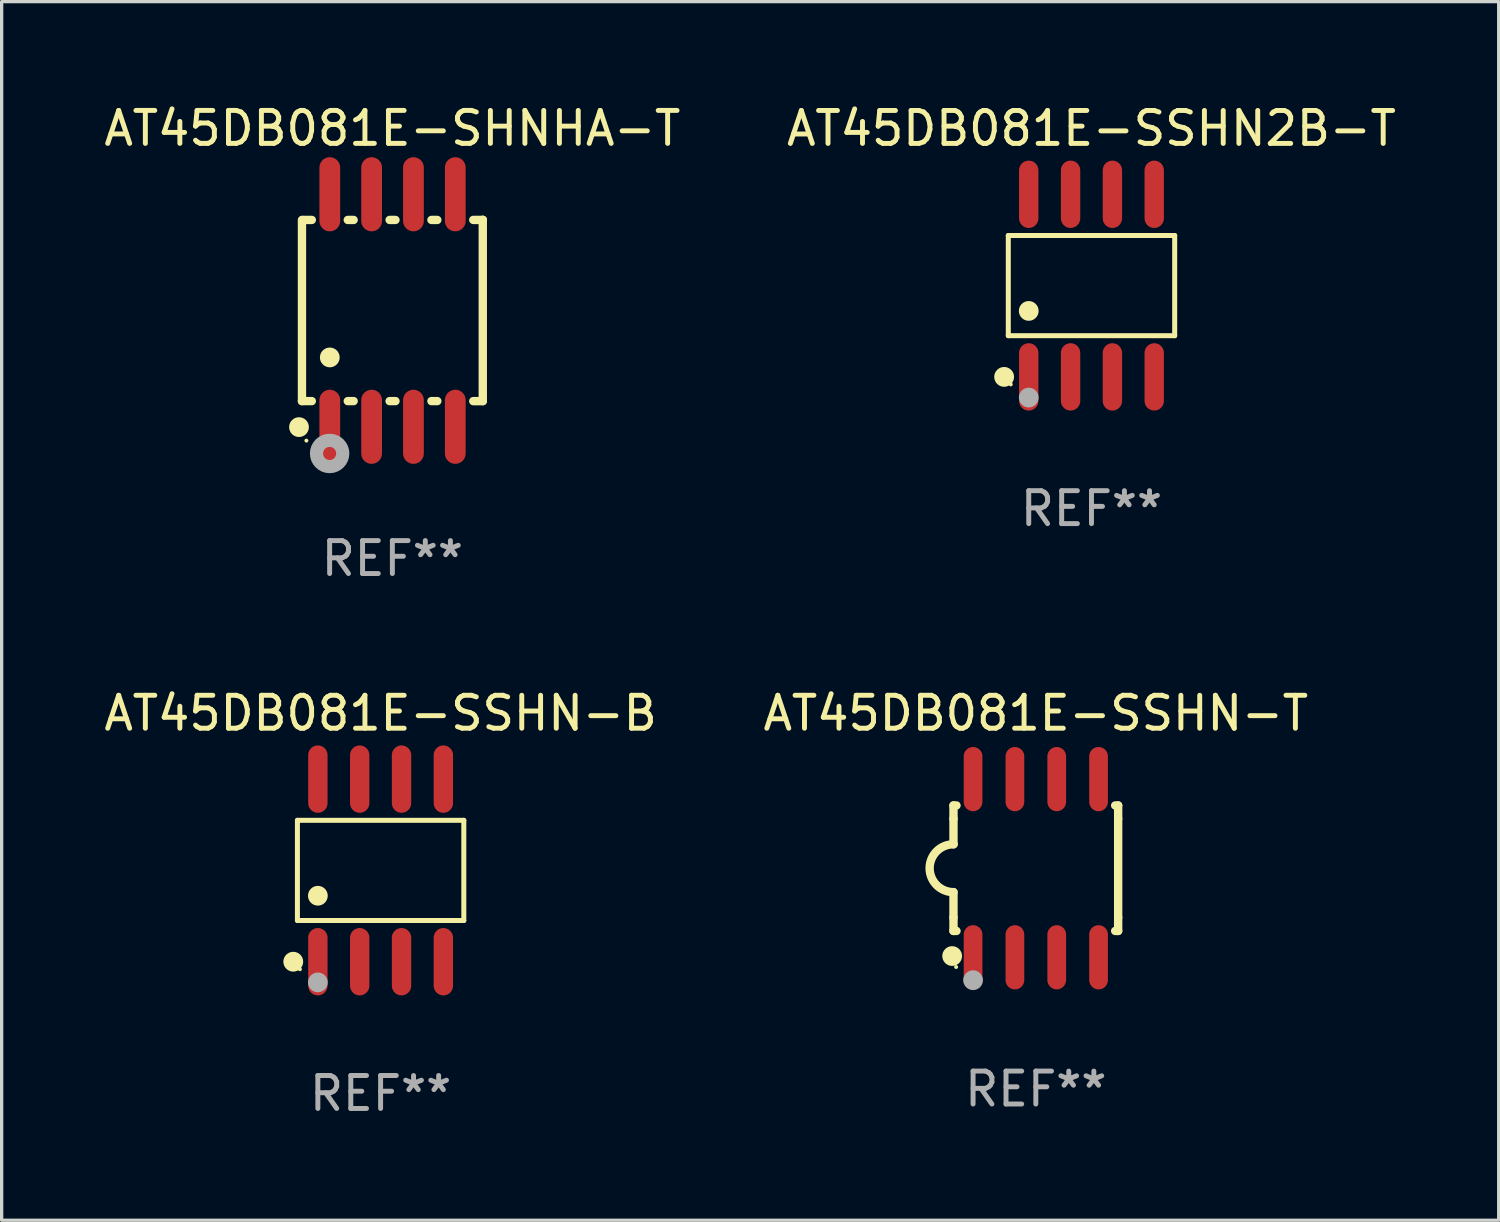
<source format=kicad_pcb>
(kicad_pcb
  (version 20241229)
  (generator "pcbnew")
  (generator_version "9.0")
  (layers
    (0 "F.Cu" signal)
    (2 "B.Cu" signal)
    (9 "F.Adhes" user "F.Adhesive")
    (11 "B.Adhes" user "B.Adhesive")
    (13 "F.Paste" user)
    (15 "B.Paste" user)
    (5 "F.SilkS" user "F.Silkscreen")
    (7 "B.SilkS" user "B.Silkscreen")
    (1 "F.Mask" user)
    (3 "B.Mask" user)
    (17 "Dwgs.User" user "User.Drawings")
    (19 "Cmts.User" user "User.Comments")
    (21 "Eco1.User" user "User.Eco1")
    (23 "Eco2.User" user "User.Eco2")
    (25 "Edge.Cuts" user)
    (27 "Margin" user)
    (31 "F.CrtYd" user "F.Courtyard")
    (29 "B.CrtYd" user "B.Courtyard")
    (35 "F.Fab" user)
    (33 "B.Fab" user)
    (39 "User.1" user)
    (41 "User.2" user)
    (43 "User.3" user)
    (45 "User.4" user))
  (footprint "AT45DB081E-SSHN2B-T"
    (layer "F.Cu")
    (at 30.089 5.621)
    (property "Reference" "AT45DB081E-SSHN2B-T" (at 0 -4.772 0) (layer "F.SilkS") (effects (font (size 1 1) (thickness 0.15))))
    (attr through_hole)
    (fp_line (start -2.526 -1.521) (end 2.526 -1.521) (stroke (width 0.152) (type solid)) (layer "F.SilkS"))
    (fp_line (start -2.526 1.521) (end -2.526 -1.521) (stroke (width 0.152) (type solid)) (layer "F.SilkS"))
    (fp_line (start 2.526 -1.521) (end 2.526 1.521) (stroke (width 0.152) (type solid)) (layer "F.SilkS"))
    (fp_line (start 2.526 1.521) (end -2.526 1.521) (stroke (width 0.152) (type solid)) (layer "F.SilkS"))
    (fp_circle (center -2.652 2.772) (end -2.501 2.772) (stroke (width 0.3) (type solid)) (fill no) (layer "F.SilkS"))
    (fp_circle (center -2.45 3) (end -2.42 3) (stroke (width 0.06) (type solid)) (fill no) (layer "F.SilkS"))
    (fp_circle (center -1.905 0.769) (end -1.755 0.769) (stroke (width 0.3) (type solid)) (fill no) (layer "F.SilkS"))
    (fp_circle (center -1.905 3.4) (end -1.755 3.4) (stroke (width 0.3) (type solid)) (fill no) (layer "F.Fab"))
    (fp_text user "REF**" (at 0 6.772 0) (layer "F.Fab") (effects (font (size 1 1) (thickness 0.15))))
    (pad "1" smd oval (at -1.905 2.772) (size 0.588 2.045) (layers "F.Cu" "F.Mask" "F.Paste"))
    (pad "2" smd oval (at -0.635 2.772) (size 0.588 2.045) (layers "F.Cu" "F.Mask" "F.Paste"))
    (pad "3" smd oval (at 0.635 2.772) (size 0.588 2.045) (layers "F.Cu" "F.Mask" "F.Paste"))
    (pad "4" smd oval (at 1.905 2.772) (size 0.588 2.045) (layers "F.Cu" "F.Mask" "F.Paste"))
    (pad "5" smd oval (at 1.905 -2.772) (size 0.588 2.045) (layers "F.Cu" "F.Mask" "F.Paste"))
    (pad "6" smd oval (at 0.635 -2.772) (size 0.588 2.045) (layers "F.Cu" "F.Mask" "F.Paste"))
    (pad "7" smd oval (at -0.635 -2.772) (size 0.588 2.045) (layers "F.Cu" "F.Mask" "F.Paste"))
    (pad "8" smd oval (at -1.905 -2.772) (size 0.588 2.045) (layers "F.Cu" "F.Mask" "F.Paste")))
  (footprint "AT45DB081E-SSHN-T"
    (layer "F.Cu")
    (at 28.399 23.31)
    (property "Reference" "AT45DB081E-SSHN-T" (at 0 -4.705 0) (layer "F.SilkS") (effects (font (size 1 1) (thickness 0.15))))
    (attr through_hole)
    (fp_line (start -2.5 -1.905) (end -2.409 -1.905) (stroke (width 0.254) (type solid)) (layer "F.SilkS"))
    (fp_line (start -2.5 -1.5) (end -2.5 -1.905) (stroke (width 0.254) (type solid)) (layer "F.SilkS"))
    (fp_line (start -2.5 -1.5) (end -2.5 -0.726) (stroke (width 0.254) (type solid)) (layer "F.SilkS"))
    (fp_line (start -2.5 1.5) (end -2.5 0.727) (stroke (width 0.254) (type solid)) (layer "F.SilkS"))
    (fp_line (start -2.5 1.5) (end -2.5 1.905) (stroke (width 0.254) (type solid)) (layer "F.SilkS"))
    (fp_line (start -2.5 1.905) (end -2.409 1.905) (stroke (width 0.254) (type solid)) (layer "F.SilkS"))
    (fp_line (start 2.5 -1.905) (end 2.409 -1.905) (stroke (width 0.254) (type solid)) (layer "F.SilkS"))
    (fp_line (start 2.5 -1.5) (end 2.5 -1.905) (stroke (width 0.254) (type solid)) (layer "F.SilkS"))
    (fp_line (start 2.5 -1.5) (end 2.5 1.5) (stroke (width 0.254) (type solid)) (layer "F.SilkS"))
    (fp_line (start 2.5 1.5) (end 2.5 1.905) (stroke (width 0.254) (type solid)) (layer "F.SilkS"))
    (fp_line (start 2.5 1.905) (end 2.409 1.905) (stroke (width 0.254) (type solid)) (layer "F.SilkS"))
    (fp_arc (start -2.5 0.726568) (mid -3.220316 -0.0023) (end -2.495097 -0.726289) (stroke (width 0.254001) (type solid)) (layer "F.SilkS"))
    (fp_circle (center -2.54 2.667) (end -2.39 2.667) (stroke (width 0.3) (type solid)) (fill no) (layer "F.SilkS"))
    (fp_circle (center -2.42 3) (end -2.39 3) (stroke (width 0.06) (type solid)) (fill no) (layer "F.SilkS"))
    (fp_circle (center -1.905 3.4) (end -1.755 3.4) (stroke (width 0.3) (type solid)) (fill no) (layer "F.Fab"))
    (fp_text user "REF**" (at 0 6.705 0) (layer "F.Fab") (effects (font (size 1 1) (thickness 0.15))))
    (pad "1" smd oval (at -1.905 2.705) (size 0.568 1.95) (layers "F.Cu" "F.Mask" "F.Paste"))
    (pad "2" smd oval (at -0.635 2.705) (size 0.568 1.95) (layers "F.Cu" "F.Mask" "F.Paste"))
    (pad "3" smd oval (at 0.635 2.705) (size 0.568 1.95) (layers "F.Cu" "F.Mask" "F.Paste"))
    (pad "4" smd oval (at 1.905 2.705) (size 0.568 1.95) (layers "F.Cu" "F.Mask" "F.Paste"))
    (pad "5" smd oval (at 1.905 -2.705) (size 0.568 1.95) (layers "F.Cu" "F.Mask" "F.Paste"))
    (pad "6" smd oval (at 0.635 -2.705) (size 0.568 1.95) (layers "F.Cu" "F.Mask" "F.Paste"))
    (pad "7" smd oval (at -0.635 -2.705) (size 0.568 1.95) (layers "F.Cu" "F.Mask" "F.Paste"))
    (pad "8" smd oval (at -1.905 -2.705) (size 0.568 1.95) (layers "F.Cu" "F.Mask" "F.Paste")))
  (footprint "AT45DB081E-SHNHA-T"
    (layer "F.Cu")
    (at 8.863 6.378)
    (property "Reference" "AT45DB081E-SHNHA-T" (at 0 -5.53 0) (layer "F.SilkS") (effects (font (size 1 1) (thickness 0.15))))
    (attr through_hole)
    (fp_line (start -2.745 -2.75) (end -2.745 2.75) (stroke (width 0.254) (type solid)) (layer "F.SilkS"))
    (fp_line (start -2.745 2.75) (end -2.446 2.75) (stroke (width 0.254) (type solid)) (layer "F.SilkS"))
    (fp_line (start -2.446 -2.75) (end -2.725 -2.75) (stroke (width 0.254) (type solid)) (layer "F.SilkS"))
    (fp_line (start -1.354 2.75) (end -1.176 2.75) (stroke (width 0.254) (type solid)) (layer "F.SilkS"))
    (fp_line (start -1.176 -2.75) (end -1.354 -2.75) (stroke (width 0.254) (type solid)) (layer "F.SilkS"))
    (fp_line (start -0.084 2.75) (end 0.094 2.75) (stroke (width 0.254) (type solid)) (layer "F.SilkS"))
    (fp_line (start 0.094 -2.75) (end -0.084 -2.75) (stroke (width 0.254) (type solid)) (layer "F.SilkS"))
    (fp_line (start 1.186 2.75) (end 1.364 2.75) (stroke (width 0.254) (type solid)) (layer "F.SilkS"))
    (fp_line (start 1.364 -2.75) (end 1.186 -2.75) (stroke (width 0.254) (type solid)) (layer "F.SilkS"))
    (fp_line (start 2.456 2.751) (end 2.745 2.751) (stroke (width 0.254) (type solid)) (layer "F.SilkS"))
    (fp_line (start 2.745 -2.751) (end 2.456 -2.751) (stroke (width 0.254) (type solid)) (layer "F.SilkS"))
    (fp_line (start 2.745 -2.751) (end 2.745 -2.751) (stroke (width 0.254) (type solid)) (layer "F.SilkS"))
    (fp_line (start 2.745 2.751) (end 2.745 -2.751) (stroke (width 0.254) (type solid)) (layer "F.SilkS"))
    (fp_circle (center -2.835 3.54) (end -2.685 3.54) (stroke (width 0.3) (type solid)) (fill no) (layer "F.SilkS"))
    (fp_circle (center -2.61 3.95) (end -2.58 3.95) (stroke (width 0.06) (type solid)) (fill no) (layer "F.SilkS"))
    (fp_circle (center -1.9 1.424) (end -1.75 1.424) (stroke (width 0.3) (type solid)) (fill no) (layer "F.SilkS"))
    (fp_circle (center -1.905 4.34) (end -1.706 4.34) (stroke (width 0.4) (type solid)) (fill no) (layer "F.Fab"))
    (fp_text user "REF**" (at 0 7.53 0) (layer "F.Fab") (effects (font (size 1 1) (thickness 0.15))))
    (pad "1" smd oval (at -1.9 3.53) (size 0.63 2.25) (layers "F.Cu" "F.Mask" "F.Paste"))
    (pad "2" smd oval (at -0.63 3.53) (size 0.63 2.25) (layers "F.Cu" "F.Mask" "F.Paste"))
    (pad "3" smd oval (at 0.64 3.53) (size 0.63 2.25) (layers "F.Cu" "F.Mask" "F.Paste"))
    (pad "4" smd oval (at 1.91 3.53) (size 0.63 2.25) (layers "F.Cu" "F.Mask" "F.Paste"))
    (pad "5" smd oval (at 1.91 -3.53) (size 0.63 2.25) (layers "F.Cu" "F.Mask" "F.Paste"))
    (pad "6" smd oval (at 0.64 -3.53) (size 0.63 2.25) (layers "F.Cu" "F.Mask" "F.Paste"))
    (pad "7" smd oval (at -0.63 -3.53) (size 0.63 2.25) (layers "F.Cu" "F.Mask" "F.Paste"))
    (pad "8" smd oval (at -1.9 -3.53) (size 0.63 2.25) (layers "F.Cu" "F.Mask" "F.Paste")))
  (footprint "AT45DB081E-SSHN-B"
    (layer "F.Cu")
    (at 8.506 23.377)
    (property "Reference" "AT45DB081E-SSHN-B" (at 0 -4.772 0) (layer "F.SilkS") (effects (font (size 1 1) (thickness 0.15))))
    (attr through_hole)
    (fp_line (start -2.526 -1.521) (end 2.526 -1.521) (stroke (width 0.152) (type solid)) (layer "F.SilkS"))
    (fp_line (start -2.526 1.521) (end -2.526 -1.521) (stroke (width 0.152) (type solid)) (layer "F.SilkS"))
    (fp_line (start 2.526 -1.521) (end 2.526 1.521) (stroke (width 0.152) (type solid)) (layer "F.SilkS"))
    (fp_line (start 2.526 1.521) (end -2.526 1.521) (stroke (width 0.152) (type solid)) (layer "F.SilkS"))
    (fp_circle (center -2.652 2.772) (end -2.501 2.772) (stroke (width 0.3) (type solid)) (fill no) (layer "F.SilkS"))
    (fp_circle (center -2.45 3) (end -2.42 3) (stroke (width 0.06) (type solid)) (fill no) (layer "F.SilkS"))
    (fp_circle (center -1.905 0.769) (end -1.755 0.769) (stroke (width 0.3) (type solid)) (fill no) (layer "F.SilkS"))
    (fp_circle (center -1.905 3.4) (end -1.755 3.4) (stroke (width 0.3) (type solid)) (fill no) (layer "F.Fab"))
    (fp_text user "REF**" (at 0 6.772 0) (layer "F.Fab") (effects (font (size 1 1) (thickness 0.15))))
    (pad "1" smd oval (at -1.905 2.772) (size 0.588 2.045) (layers "F.Cu" "F.Mask" "F.Paste"))
    (pad "2" smd oval (at -0.635 2.772) (size 0.588 2.045) (layers "F.Cu" "F.Mask" "F.Paste"))
    (pad "3" smd oval (at 0.635 2.772) (size 0.588 2.045) (layers "F.Cu" "F.Mask" "F.Paste"))
    (pad "4" smd oval (at 1.905 2.772) (size 0.588 2.045) (layers "F.Cu" "F.Mask" "F.Paste"))
    (pad "5" smd oval (at 1.905 -2.772) (size 0.588 2.045) (layers "F.Cu" "F.Mask" "F.Paste"))
    (pad "6" smd oval (at 0.635 -2.772) (size 0.588 2.045) (layers "F.Cu" "F.Mask" "F.Paste"))
    (pad "7" smd oval (at -0.635 -2.772) (size 0.588 2.045) (layers "F.Cu" "F.Mask" "F.Paste"))
    (pad "8" smd oval (at -1.905 -2.772) (size 0.588 2.045) (layers "F.Cu" "F.Mask" "F.Paste")))
  (gr_rect
    (start -3 -3)
    (end 42.452 33.998)
    (stroke (width 0.1) (type default))
    (fill no)
    (layer "Edge.Cuts")))
</source>
